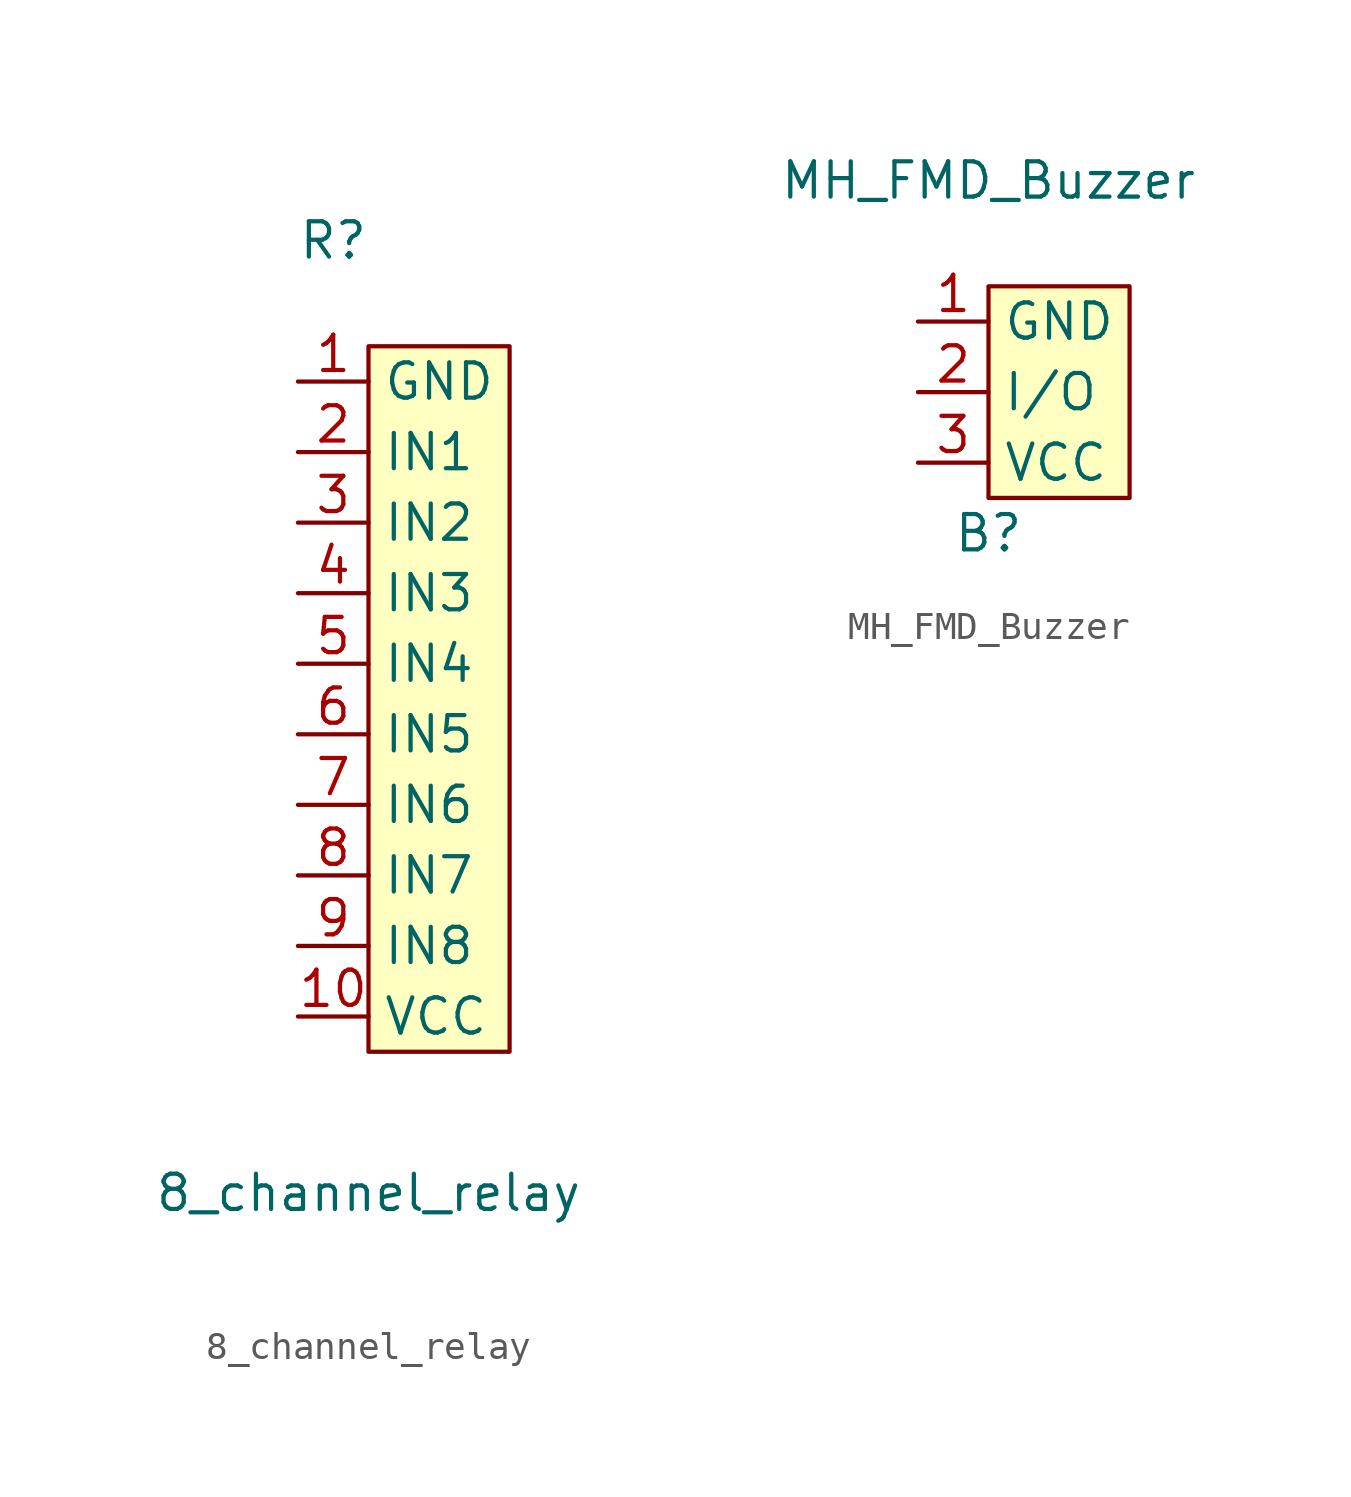
<source format=kicad_sym>
(kicad_symbol_lib
  (version 20211014)
  (generator kicad_symbol_editor)
  (symbol "8_channel_relay"
    (property "Reference" "R"
      (at -1.27 3.81 0)
      (effects (font (size 1.27 1.27))))
    (property "Value" "8_channel_relay"
      (at 0 -30.48 0)
      (effects (font (size 1.27 1.27))))
    (symbol "8_channel_relay_0_1"
      (rectangle (start 0 0) (end 5.08 -25.4) (stroke (width 0) (type default) (color 0 0 0 0)) (fill (type background))))
    (symbol "8_channel_relay_1_1"
      (pin input line (at -2.54 -1.27 0) (length 2.54) (name "GND" (effects (font (size 1.27 1.27)))) (number "1" (effects (font (size 1.27 1.27)))))
      (pin input line (at -2.54 -24.13 0) (length 2.54) (name "VCC" (effects (font (size 1.27 1.27)))) (number "10" (effects (font (size 1.27 1.27)))))
      (pin input line (at -2.54 -3.81 0) (length 2.54) (name "IN1" (effects (font (size 1.27 1.27)))) (number "2" (effects (font (size 1.27 1.27)))))
      (pin input line (at -2.54 -6.35 0) (length 2.54) (name "IN2" (effects (font (size 1.27 1.27)))) (number "3" (effects (font (size 1.27 1.27)))))
      (pin input line (at -2.54 -8.89 0) (length 2.54) (name "IN3" (effects (font (size 1.27 1.27)))) (number "4" (effects (font (size 1.27 1.27)))))
      (pin input line (at -2.54 -11.43 0) (length 2.54) (name "IN4" (effects (font (size 1.27 1.27)))) (number "5" (effects (font (size 1.27 1.27)))))
      (pin input line (at -2.54 -13.97 0) (length 2.54) (name "IN5" (effects (font (size 1.27 1.27)))) (number "6" (effects (font (size 1.27 1.27)))))
      (pin input line (at -2.54 -16.51 0) (length 2.54) (name "IN6" (effects (font (size 1.27 1.27)))) (number "7" (effects (font (size 1.27 1.27)))))
      (pin input line (at -2.54 -19.05 0) (length 2.54) (name "IN7" (effects (font (size 1.27 1.27)))) (number "8" (effects (font (size 1.27 1.27)))))
      (pin input line (at -2.54 -21.59 0) (length 2.54) (name "IN8" (effects (font (size 1.27 1.27)))) (number "9" (effects (font (size 1.27 1.27)))))))
  (symbol "MH_FMD_Buzzer"
    (property "Reference" "B"
      (at 0 -8.89 0)
      (effects (font (size 1.27 1.27))))
    (property "Value" "MH_FMD_Buzzer"
      (at 0 3.81 0)
      (effects (font (size 1.27 1.27))))
    (symbol "MH_FMD_Buzzer_0_1"
      (polyline (pts (xy 0 0) (xy 0 -7.62) (xy 5.08 -7.62) (xy 5.08 0) (xy 0 0)) (stroke (width 0) (type default) (color 0 0 0 0)) (fill (type background))))
    (symbol "MH_FMD_Buzzer_1_1"
      (pin input line (at -2.54 -1.27 0) (length 2.54) (name "GND" (effects (font (size 1.27 1.27)))) (number "1" (effects (font (size 1.27 1.27)))))
      (pin input line (at -2.54 -3.81 0) (length 2.54) (name "I/O" (effects (font (size 1.27 1.27)))) (number "2" (effects (font (size 1.27 1.27)))))
      (pin input line (at -2.54 -6.35 0) (length 2.54) (name "VCC" (effects (font (size 1.27 1.27)))) (number "3" (effects (font (size 1.27 1.27))))))))
</source>
